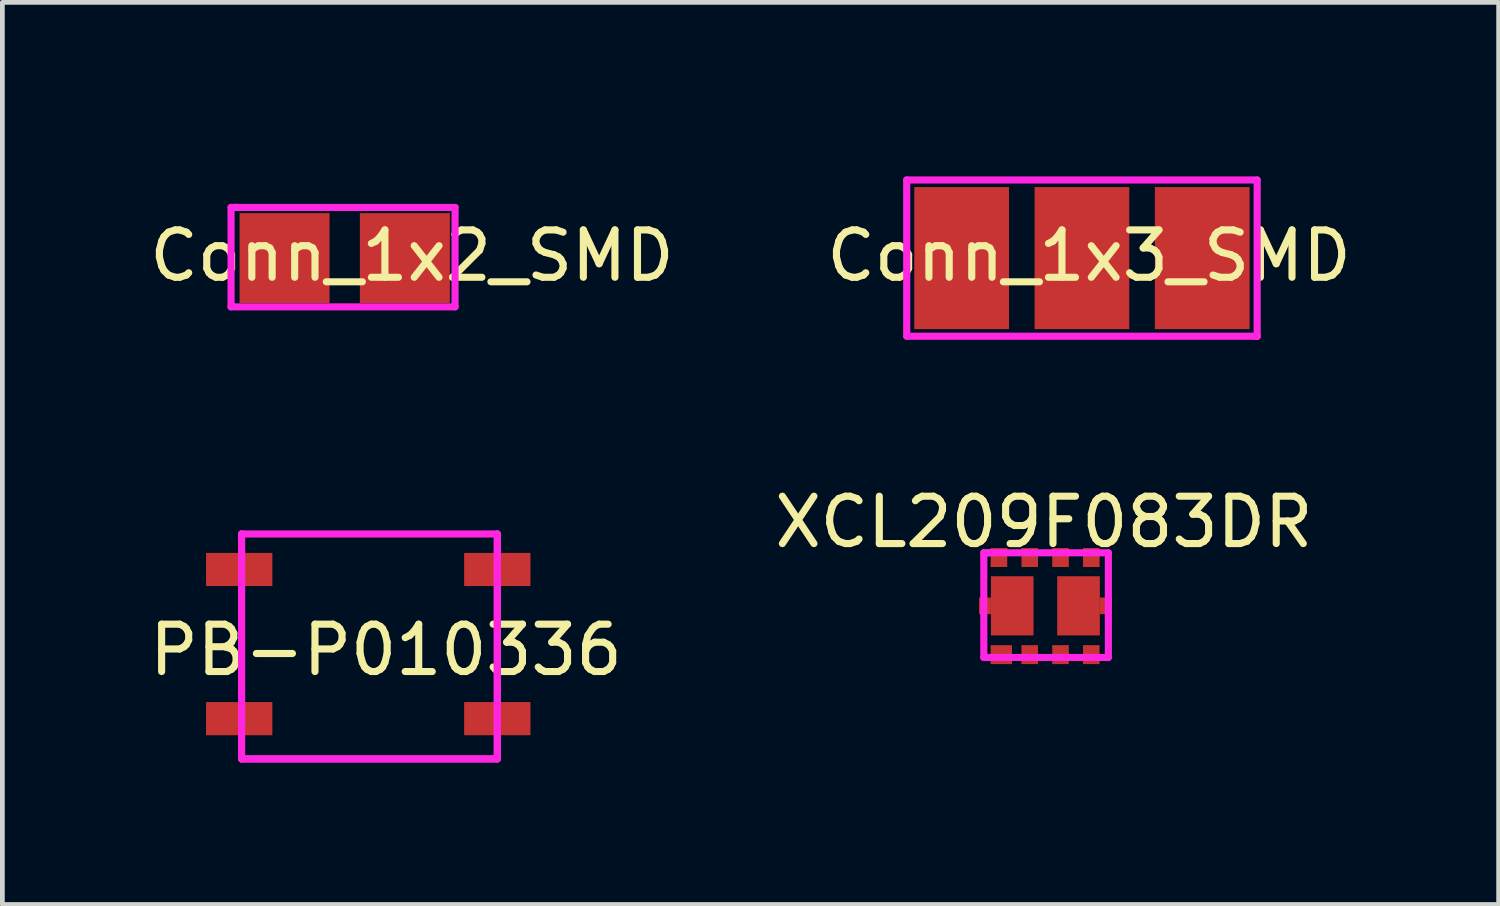
<source format=kicad_pcb>
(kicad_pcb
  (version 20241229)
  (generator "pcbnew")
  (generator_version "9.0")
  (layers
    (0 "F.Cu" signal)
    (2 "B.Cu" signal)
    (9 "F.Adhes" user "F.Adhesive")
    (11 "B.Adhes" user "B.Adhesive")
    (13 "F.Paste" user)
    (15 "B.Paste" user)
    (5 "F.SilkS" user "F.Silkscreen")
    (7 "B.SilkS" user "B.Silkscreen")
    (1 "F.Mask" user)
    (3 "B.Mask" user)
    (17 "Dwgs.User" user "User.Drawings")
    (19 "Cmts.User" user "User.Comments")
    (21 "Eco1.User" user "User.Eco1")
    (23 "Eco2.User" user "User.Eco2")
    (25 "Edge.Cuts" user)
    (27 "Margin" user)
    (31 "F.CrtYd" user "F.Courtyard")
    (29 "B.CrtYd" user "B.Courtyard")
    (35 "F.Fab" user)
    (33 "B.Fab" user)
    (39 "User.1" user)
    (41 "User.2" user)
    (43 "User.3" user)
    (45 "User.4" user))
  (footprint "Conn_1x2_SMD"
    (layer "F.Cu")
    (at 5.499 0.25)
    (property "Reference" "Conn_1x2_SMD" (at 0.15 2.1 0) (layer "F.SilkS") (effects (font (size 1 1) (thickness 0.15))))
    (attr through_hole)
    (fp_line (start -3.67 1.08) (end -3.53 1.08) (stroke (width 0.15) (type solid)) (layer "F.CrtYd"))
    (fp_line (start -3.67 3.18) (end -3.67 1.08) (stroke (width 0.15) (type solid)) (layer "F.CrtYd"))
    (fp_line (start -3.62 1.08) (end 1.06 1.08) (stroke (width 0.15) (type solid)) (layer "F.CrtYd"))
    (fp_line (start 1.06 1.08) (end 1.06 3.18) (stroke (width 0.15) (type solid)) (layer "F.CrtYd"))
    (fp_line (start 1.06 3.18) (end -3.67 3.18) (stroke (width 0.15) (type solid)) (layer "F.CrtYd"))
    (pad "1" smd rect (at -2.54 2.15) (size 1.9 1.9) (layers "F.Cu" "F.Mask" "F.Paste"))
    (pad "2" smd rect (at 0 2.15) (size 1.9 1.9) (layers "F.Cu" "F.Mask" "F.Paste")))
  (footprint "XCL209F083DR"
    (layer "F.Cu")
    (at 18.994 7.473)
    (property "Reference" "XCL209F083DR" (at 0 0.5 0) (layer "F.SilkS") (effects (font (size 1 1) (thickness 0.15))))
    (attr through_hole)
    (fp_line (start -1.27 1.15) (end -1.15 1.15) (stroke (width 0.15) (type solid)) (layer "F.CrtYd"))
    (fp_line (start -1.27 3.36) (end -1.27 1.15) (stroke (width 0.15) (type solid)) (layer "F.CrtYd"))
    (fp_line (start -1.19 1.15) (end 1.36 1.15) (stroke (width 0.15) (type solid)) (layer "F.CrtYd"))
    (fp_line (start 1.36 1.15) (end 1.36 3.36) (stroke (width 0.15) (type solid)) (layer "F.CrtYd"))
    (fp_line (start 1.36 3.36) (end -1.27 3.36) (stroke (width 0.15) (type solid)) (layer "F.CrtYd"))
    (pad "1" smd rect (at -0.9 3.3) (size 0.45 0.4) (layers "F.Cu" "F.Mask" "F.Paste"))
    (pad "2" smd rect (at -0.3 3.3) (size 0.35 0.4) (layers "F.Cu" "F.Mask" "F.Paste"))
    (pad "3" smd rect (at 0.35 3.3) (size 0.35 0.4) (layers "F.Cu" "F.Mask" "F.Paste"))
    (pad "4" smd rect (at 1 3.3) (size 0.35 0.4) (layers "F.Cu" "F.Mask" "F.Paste"))
    (pad "5" smd rect (at 1 1.25) (size 0.35 0.4) (layers "F.Cu" "F.Mask" "F.Paste"))
    (pad "6" smd rect (at 0.35 1.25) (size 0.35 0.4) (layers "F.Cu" "F.Mask" "F.Paste"))
    (pad "7" smd rect (at -0.3 1.25) (size 0.35 0.4) (layers "F.Cu" "F.Mask" "F.Paste"))
    (pad "8" smd rect (at -0.95 1.25) (size 0.35 0.4) (layers "F.Cu" "F.Mask" "F.Paste"))
    (pad "9" smd rect (at -1.245 2.27) (size 0.25 0.35) (layers "F.Cu" "F.Mask" "F.Paste"))
    (pad "9" smd rect (at -0.67 2.27) (size 0.9 1.25) (layers "F.Cu" "F.Mask" "F.Paste"))
    (pad "10" smd rect (at 0.73 2.27) (size 0.9 1.25) (layers "F.Cu" "F.Mask" "F.Paste"))
    (pad "10" smd rect (at 1.305 2.27) (size 0.25 0.35) (layers "F.Cu" "F.Mask" "F.Paste")))
  (footprint "Conn_1x3_SMD"
    (layer "F.Cu")
    (at 19.796 0.25)
    (property "Reference" "Conn_1x3_SMD" (at 0.15 2.1 0) (layer "F.SilkS") (effects (font (size 1 1) (thickness 0.15))))
    (attr through_hole)
    (fp_line (start -3.7 0.5) (end -3.7 3.8) (stroke (width 0.15) (type solid)) (layer "F.CrtYd"))
    (fp_line (start -3.7 3.8) (end 3.7 3.8) (stroke (width 0.15) (type solid)) (layer "F.CrtYd"))
    (fp_line (start 3.65 3.8) (end 3.7 3.8) (stroke (width 0.15) (type solid)) (layer "F.CrtYd"))
    (fp_line (start 3.7 0.5) (end -3.7 0.5) (stroke (width 0.15) (type solid)) (layer "F.CrtYd"))
    (fp_line (start 3.7 3.8) (end 3.65 3.8) (stroke (width 0.15) (type solid)) (layer "F.CrtYd"))
    (fp_line (start 3.7 3.8) (end 3.7 0.5) (stroke (width 0.15) (type solid)) (layer "F.CrtYd"))
    (pad "1" smd rect (at -2.54 2.15) (size 2 3) (layers "F.Cu" "F.Mask" "F.Paste"))
    (pad "2" smd rect (at 0 2.15) (size 2 3) (layers "F.Cu" "F.Mask" "F.Paste"))
    (pad "3" smd rect (at 2.54 2.15) (size 2 3) (layers "F.Cu" "F.Mask" "F.Paste")))
  (footprint "PB-P010336"
    (layer "F.Cu")
    (at 5.001 7.375)
    (property "Reference" "PB-P010336" (at 0.1 3.3 0) (layer "F.SilkS") (effects (font (size 1 1) (thickness 0.15))))
    (attr through_hole)
    (fp_line (start -2.95 0.85) (end 2.45 0.85) (stroke (width 0.15) (type solid)) (layer "F.CrtYd"))
    (fp_line (start -2.95 5.6) (end -2.95 0.85) (stroke (width 0.15) (type solid)) (layer "F.CrtYd"))
    (fp_line (start -2.95 5.6) (end -2.95 0.85) (stroke (width 0.15) (type solid)) (layer "F.CrtYd"))
    (fp_line (start 2.45 0.85) (end 2.45 5.6) (stroke (width 0.15) (type solid)) (layer "F.CrtYd"))
    (fp_line (start 2.45 0.85) (end 2.45 5.6) (stroke (width 0.15) (type solid)) (layer "F.CrtYd"))
    (fp_line (start 2.45 5.6) (end -2.95 5.6) (stroke (width 0.15) (type solid)) (layer "F.CrtYd"))
    (fp_line (start 2.45 5.6) (end -2.95 5.6) (stroke (width 0.15) (type solid)) (layer "F.CrtYd"))
    (pad "1" smd rect (at -3 1.6) (size 1.4 0.7) (layers "F.Cu" "F.Mask" "F.Paste"))
    (pad "1" smd rect (at 2.45 1.6) (size 1.4 0.7) (layers "F.Cu" "F.Mask" "F.Paste"))
    (pad "2" smd rect (at -3 4.75) (size 1.4 0.7) (layers "F.Cu" "F.Mask" "F.Paste"))
    (pad "2" smd rect (at 2.45 4.75) (size 1.4 0.7) (layers "F.Cu" "F.Mask" "F.Paste")))
  (gr_rect
    (start -3 -3)
    (end 28.595 16.05)
    (stroke (width 0.1) (type default))
    (fill no)
    (layer "Edge.Cuts")))
</source>
